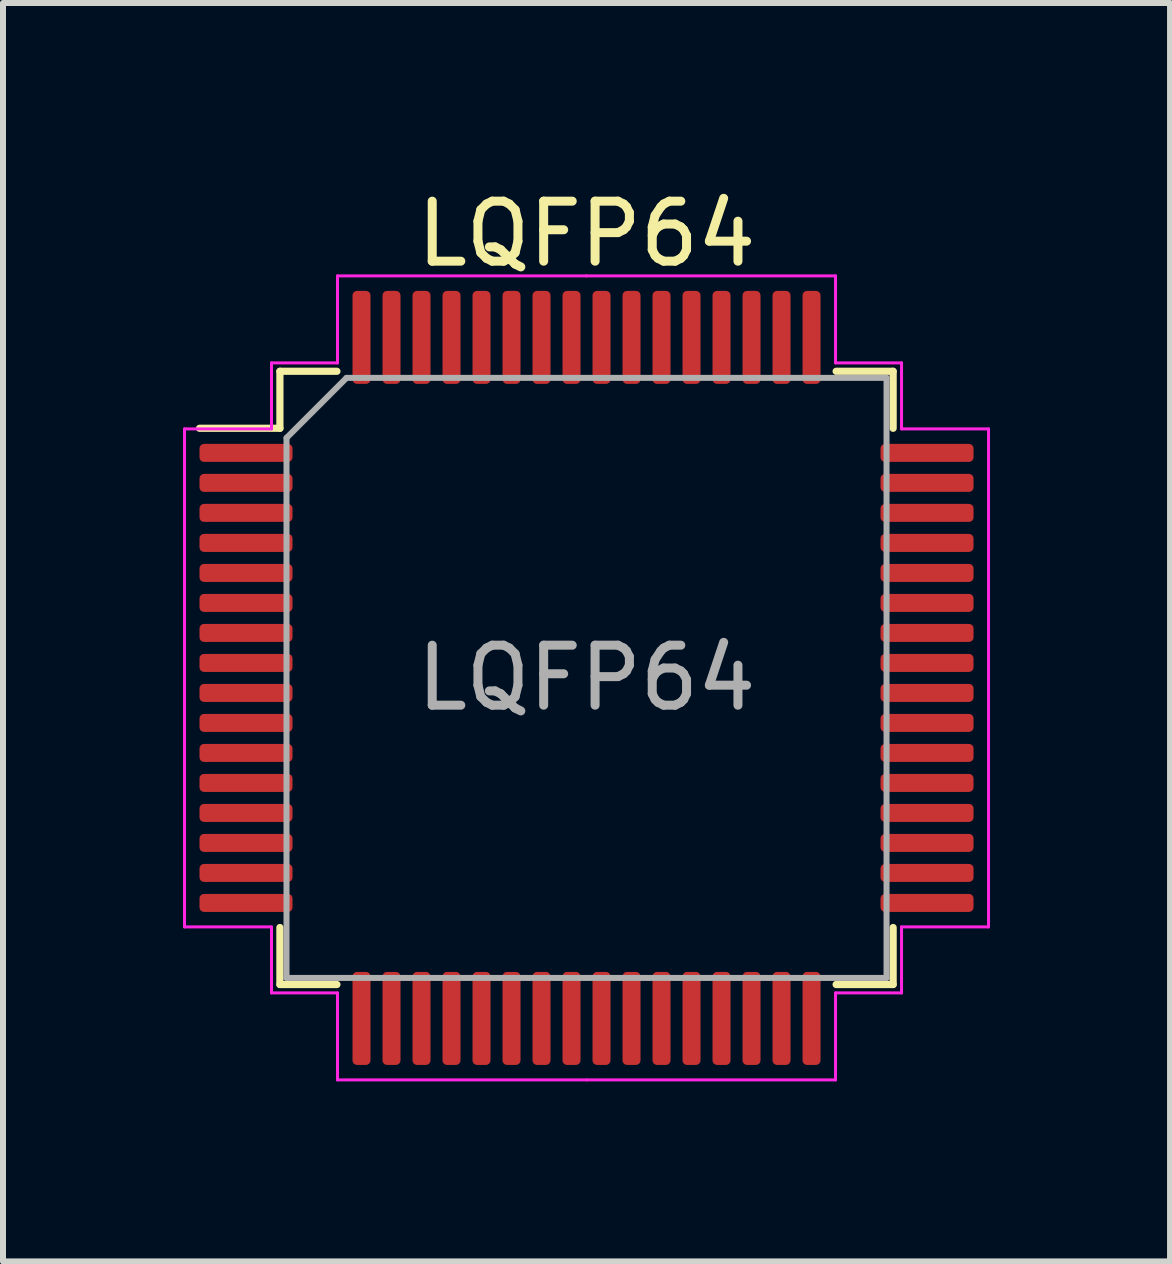
<source format=kicad_pcb>
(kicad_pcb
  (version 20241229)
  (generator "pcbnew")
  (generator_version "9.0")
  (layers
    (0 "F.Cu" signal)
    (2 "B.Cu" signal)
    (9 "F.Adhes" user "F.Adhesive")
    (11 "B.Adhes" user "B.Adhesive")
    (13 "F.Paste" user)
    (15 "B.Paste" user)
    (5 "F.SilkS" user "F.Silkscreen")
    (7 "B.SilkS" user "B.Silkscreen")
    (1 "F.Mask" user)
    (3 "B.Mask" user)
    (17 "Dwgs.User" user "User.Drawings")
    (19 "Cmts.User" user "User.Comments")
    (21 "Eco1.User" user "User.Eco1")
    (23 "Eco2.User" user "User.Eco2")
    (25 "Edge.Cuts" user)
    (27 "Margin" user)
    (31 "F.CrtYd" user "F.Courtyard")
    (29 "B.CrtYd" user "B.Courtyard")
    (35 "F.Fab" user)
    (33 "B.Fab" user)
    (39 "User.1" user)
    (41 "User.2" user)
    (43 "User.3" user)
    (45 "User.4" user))
  (footprint "LQFP64"
    (layer "F.Cu")
    (at 6.725 8.248)
    (property "Reference" "LQFP64" (at 0 -7.4 0) (layer "F.SilkS") (effects (font (size 1 1) (thickness 0.15))))
    (attr smd)
    (fp_line (start -5.11 -5.11) (end -5.11 -4.16) (stroke (width 0.12) (type solid)) (layer "F.SilkS"))
    (fp_line (start -5.11 -4.16) (end -6.45 -4.16) (stroke (width 0.12) (type solid)) (layer "F.SilkS"))
    (fp_line (start -5.11 5.11) (end -5.11 4.16) (stroke (width 0.12) (type solid)) (layer "F.SilkS"))
    (fp_line (start -4.16 -5.11) (end -5.11 -5.11) (stroke (width 0.12) (type solid)) (layer "F.SilkS"))
    (fp_line (start -4.16 5.11) (end -5.11 5.11) (stroke (width 0.12) (type solid)) (layer "F.SilkS"))
    (fp_line (start 4.16 -5.11) (end 5.11 -5.11) (stroke (width 0.12) (type solid)) (layer "F.SilkS"))
    (fp_line (start 4.16 5.11) (end 5.11 5.11) (stroke (width 0.12) (type solid)) (layer "F.SilkS"))
    (fp_line (start 5.11 -5.11) (end 5.11 -4.16) (stroke (width 0.12) (type solid)) (layer "F.SilkS"))
    (fp_line (start 5.11 5.11) (end 5.11 4.16) (stroke (width 0.12) (type solid)) (layer "F.SilkS"))
    (fp_line (start -6.7 -4.15) (end -6.7 0) (stroke (width 0.05) (type solid)) (layer "F.CrtYd"))
    (fp_line (start -6.7 4.15) (end -6.7 0) (stroke (width 0.05) (type solid)) (layer "F.CrtYd"))
    (fp_line (start -5.25 -5.25) (end -5.25 -4.15) (stroke (width 0.05) (type solid)) (layer "F.CrtYd"))
    (fp_line (start -5.25 -4.15) (end -6.7 -4.15) (stroke (width 0.05) (type solid)) (layer "F.CrtYd"))
    (fp_line (start -5.25 4.15) (end -6.7 4.15) (stroke (width 0.05) (type solid)) (layer "F.CrtYd"))
    (fp_line (start -5.25 5.25) (end -5.25 4.15) (stroke (width 0.05) (type solid)) (layer "F.CrtYd"))
    (fp_line (start -4.15 -6.7) (end -4.15 -5.25) (stroke (width 0.05) (type solid)) (layer "F.CrtYd"))
    (fp_line (start -4.15 -5.25) (end -5.25 -5.25) (stroke (width 0.05) (type solid)) (layer "F.CrtYd"))
    (fp_line (start -4.15 5.25) (end -5.25 5.25) (stroke (width 0.05) (type solid)) (layer "F.CrtYd"))
    (fp_line (start -4.15 6.7) (end -4.15 5.25) (stroke (width 0.05) (type solid)) (layer "F.CrtYd"))
    (fp_line (start 0 -6.7) (end -4.15 -6.7) (stroke (width 0.05) (type solid)) (layer "F.CrtYd"))
    (fp_line (start 0 -6.7) (end 4.15 -6.7) (stroke (width 0.05) (type solid)) (layer "F.CrtYd"))
    (fp_line (start 0 6.7) (end -4.15 6.7) (stroke (width 0.05) (type solid)) (layer "F.CrtYd"))
    (fp_line (start 0 6.7) (end 4.15 6.7) (stroke (width 0.05) (type solid)) (layer "F.CrtYd"))
    (fp_line (start 4.15 -6.7) (end 4.15 -5.25) (stroke (width 0.05) (type solid)) (layer "F.CrtYd"))
    (fp_line (start 4.15 -5.25) (end 5.25 -5.25) (stroke (width 0.05) (type solid)) (layer "F.CrtYd"))
    (fp_line (start 4.15 5.25) (end 5.25 5.25) (stroke (width 0.05) (type solid)) (layer "F.CrtYd"))
    (fp_line (start 4.15 6.7) (end 4.15 5.25) (stroke (width 0.05) (type solid)) (layer "F.CrtYd"))
    (fp_line (start 5.25 -5.25) (end 5.25 -4.15) (stroke (width 0.05) (type solid)) (layer "F.CrtYd"))
    (fp_line (start 5.25 -4.15) (end 6.7 -4.15) (stroke (width 0.05) (type solid)) (layer "F.CrtYd"))
    (fp_line (start 5.25 4.15) (end 6.7 4.15) (stroke (width 0.05) (type solid)) (layer "F.CrtYd"))
    (fp_line (start 5.25 5.25) (end 5.25 4.15) (stroke (width 0.05) (type solid)) (layer "F.CrtYd"))
    (fp_line (start 6.7 -4.15) (end 6.7 0) (stroke (width 0.05) (type solid)) (layer "F.CrtYd"))
    (fp_line (start 6.7 4.15) (end 6.7 0) (stroke (width 0.05) (type solid)) (layer "F.CrtYd"))
    (fp_line (start -5 -4) (end -4 -5) (stroke (width 0.1) (type solid)) (layer "F.Fab"))
    (fp_line (start -5 5) (end -5 -4) (stroke (width 0.1) (type solid)) (layer "F.Fab"))
    (fp_line (start -4 -5) (end 5 -5) (stroke (width 0.1) (type solid)) (layer "F.Fab"))
    (fp_line (start 5 -5) (end 5 5) (stroke (width 0.1) (type solid)) (layer "F.Fab"))
    (fp_line (start 5 5) (end -5 5) (stroke (width 0.1) (type solid)) (layer "F.Fab"))
    (fp_text user "${REFERENCE}" (at 0 0 0) (layer "F.Fab") (effects (font (size 1 1) (thickness 0.15))))
    (pad "1" smd roundrect (at -5.675 -3.75) (size 1.55 0.3) (layers "F.Cu" "F.Mask" "F.Paste") (roundrect_rratio 0.25))
    (pad "2" smd roundrect (at -5.675 -3.25) (size 1.55 0.3) (layers "F.Cu" "F.Mask" "F.Paste") (roundrect_rratio 0.25))
    (pad "3" smd roundrect (at -5.675 -2.75) (size 1.55 0.3) (layers "F.Cu" "F.Mask" "F.Paste") (roundrect_rratio 0.25))
    (pad "4" smd roundrect (at -5.675 -2.25) (size 1.55 0.3) (layers "F.Cu" "F.Mask" "F.Paste") (roundrect_rratio 0.25))
    (pad "5" smd roundrect (at -5.675 -1.75) (size 1.55 0.3) (layers "F.Cu" "F.Mask" "F.Paste") (roundrect_rratio 0.25))
    (pad "6" smd roundrect (at -5.675 -1.25) (size 1.55 0.3) (layers "F.Cu" "F.Mask" "F.Paste") (roundrect_rratio 0.25))
    (pad "7" smd roundrect (at -5.675 -0.75) (size 1.55 0.3) (layers "F.Cu" "F.Mask" "F.Paste") (roundrect_rratio 0.25))
    (pad "8" smd roundrect (at -5.675 -0.25) (size 1.55 0.3) (layers "F.Cu" "F.Mask" "F.Paste") (roundrect_rratio 0.25))
    (pad "9" smd roundrect (at -5.675 0.25) (size 1.55 0.3) (layers "F.Cu" "F.Mask" "F.Paste") (roundrect_rratio 0.25))
    (pad "10" smd roundrect (at -5.675 0.75) (size 1.55 0.3) (layers "F.Cu" "F.Mask" "F.Paste") (roundrect_rratio 0.25))
    (pad "11" smd roundrect (at -5.675 1.25) (size 1.55 0.3) (layers "F.Cu" "F.Mask" "F.Paste") (roundrect_rratio 0.25))
    (pad "12" smd roundrect (at -5.675 1.75) (size 1.55 0.3) (layers "F.Cu" "F.Mask" "F.Paste") (roundrect_rratio 0.25))
    (pad "13" smd roundrect (at -5.675 2.25) (size 1.55 0.3) (layers "F.Cu" "F.Mask" "F.Paste") (roundrect_rratio 0.25))
    (pad "14" smd roundrect (at -5.675 2.75) (size 1.55 0.3) (layers "F.Cu" "F.Mask" "F.Paste") (roundrect_rratio 0.25))
    (pad "15" smd roundrect (at -5.675 3.25) (size 1.55 0.3) (layers "F.Cu" "F.Mask" "F.Paste") (roundrect_rratio 0.25))
    (pad "16" smd roundrect (at -5.675 3.75) (size 1.55 0.3) (layers "F.Cu" "F.Mask" "F.Paste") (roundrect_rratio 0.25))
    (pad "17" smd roundrect (at -3.75 5.675) (size 0.3 1.55) (layers "F.Cu" "F.Mask" "F.Paste") (roundrect_rratio 0.25))
    (pad "18" smd roundrect (at -3.25 5.675) (size 0.3 1.55) (layers "F.Cu" "F.Mask" "F.Paste") (roundrect_rratio 0.25))
    (pad "19" smd roundrect (at -2.75 5.675) (size 0.3 1.55) (layers "F.Cu" "F.Mask" "F.Paste") (roundrect_rratio 0.25))
    (pad "20" smd roundrect (at -2.25 5.675) (size 0.3 1.55) (layers "F.Cu" "F.Mask" "F.Paste") (roundrect_rratio 0.25))
    (pad "21" smd roundrect (at -1.75 5.675) (size 0.3 1.55) (layers "F.Cu" "F.Mask" "F.Paste") (roundrect_rratio 0.25))
    (pad "22" smd roundrect (at -1.25 5.675) (size 0.3 1.55) (layers "F.Cu" "F.Mask" "F.Paste") (roundrect_rratio 0.25))
    (pad "23" smd roundrect (at -0.75 5.675) (size 0.3 1.55) (layers "F.Cu" "F.Mask" "F.Paste") (roundrect_rratio 0.25))
    (pad "24" smd roundrect (at -0.25 5.675) (size 0.3 1.55) (layers "F.Cu" "F.Mask" "F.Paste") (roundrect_rratio 0.25))
    (pad "25" smd roundrect (at 0.25 5.675) (size 0.3 1.55) (layers "F.Cu" "F.Mask" "F.Paste") (roundrect_rratio 0.25))
    (pad "26" smd roundrect (at 0.75 5.675) (size 0.3 1.55) (layers "F.Cu" "F.Mask" "F.Paste") (roundrect_rratio 0.25))
    (pad "27" smd roundrect (at 1.25 5.675) (size 0.3 1.55) (layers "F.Cu" "F.Mask" "F.Paste") (roundrect_rratio 0.25))
    (pad "28" smd roundrect (at 1.75 5.675) (size 0.3 1.55) (layers "F.Cu" "F.Mask" "F.Paste") (roundrect_rratio 0.25))
    (pad "29" smd roundrect (at 2.25 5.675) (size 0.3 1.55) (layers "F.Cu" "F.Mask" "F.Paste") (roundrect_rratio 0.25))
    (pad "30" smd roundrect (at 2.75 5.675) (size 0.3 1.55) (layers "F.Cu" "F.Mask" "F.Paste") (roundrect_rratio 0.25))
    (pad "31" smd roundrect (at 3.25 5.675) (size 0.3 1.55) (layers "F.Cu" "F.Mask" "F.Paste") (roundrect_rratio 0.25))
    (pad "32" smd roundrect (at 3.75 5.675) (size 0.3 1.55) (layers "F.Cu" "F.Mask" "F.Paste") (roundrect_rratio 0.25))
    (pad "33" smd roundrect (at 5.675 3.75) (size 1.55 0.3) (layers "F.Cu" "F.Mask" "F.Paste") (roundrect_rratio 0.25))
    (pad "34" smd roundrect (at 5.675 3.25) (size 1.55 0.3) (layers "F.Cu" "F.Mask" "F.Paste") (roundrect_rratio 0.25))
    (pad "35" smd roundrect (at 5.675 2.75) (size 1.55 0.3) (layers "F.Cu" "F.Mask" "F.Paste") (roundrect_rratio 0.25))
    (pad "36" smd roundrect (at 5.675 2.25) (size 1.55 0.3) (layers "F.Cu" "F.Mask" "F.Paste") (roundrect_rratio 0.25))
    (pad "37" smd roundrect (at 5.675 1.75) (size 1.55 0.3) (layers "F.Cu" "F.Mask" "F.Paste") (roundrect_rratio 0.25))
    (pad "38" smd roundrect (at 5.675 1.25) (size 1.55 0.3) (layers "F.Cu" "F.Mask" "F.Paste") (roundrect_rratio 0.25))
    (pad "39" smd roundrect (at 5.675 0.75) (size 1.55 0.3) (layers "F.Cu" "F.Mask" "F.Paste") (roundrect_rratio 0.25))
    (pad "40" smd roundrect (at 5.675 0.25) (size 1.55 0.3) (layers "F.Cu" "F.Mask" "F.Paste") (roundrect_rratio 0.25))
    (pad "41" smd roundrect (at 5.675 -0.25) (size 1.55 0.3) (layers "F.Cu" "F.Mask" "F.Paste") (roundrect_rratio 0.25))
    (pad "42" smd roundrect (at 5.675 -0.75) (size 1.55 0.3) (layers "F.Cu" "F.Mask" "F.Paste") (roundrect_rratio 0.25))
    (pad "43" smd roundrect (at 5.675 -1.25) (size 1.55 0.3) (layers "F.Cu" "F.Mask" "F.Paste") (roundrect_rratio 0.25))
    (pad "44" smd roundrect (at 5.675 -1.75) (size 1.55 0.3) (layers "F.Cu" "F.Mask" "F.Paste") (roundrect_rratio 0.25))
    (pad "45" smd roundrect (at 5.675 -2.25) (size 1.55 0.3) (layers "F.Cu" "F.Mask" "F.Paste") (roundrect_rratio 0.25))
    (pad "46" smd roundrect (at 5.675 -2.75) (size 1.55 0.3) (layers "F.Cu" "F.Mask" "F.Paste") (roundrect_rratio 0.25))
    (pad "47" smd roundrect (at 5.675 -3.25) (size 1.55 0.3) (layers "F.Cu" "F.Mask" "F.Paste") (roundrect_rratio 0.25))
    (pad "48" smd roundrect (at 5.675 -3.75) (size 1.55 0.3) (layers "F.Cu" "F.Mask" "F.Paste") (roundrect_rratio 0.25))
    (pad "49" smd roundrect (at 3.75 -5.675) (size 0.3 1.55) (layers "F.Cu" "F.Mask" "F.Paste") (roundrect_rratio 0.25))
    (pad "50" smd roundrect (at 3.25 -5.675) (size 0.3 1.55) (layers "F.Cu" "F.Mask" "F.Paste") (roundrect_rratio 0.25))
    (pad "51" smd roundrect (at 2.75 -5.675) (size 0.3 1.55) (layers "F.Cu" "F.Mask" "F.Paste") (roundrect_rratio 0.25))
    (pad "52" smd roundrect (at 2.25 -5.675) (size 0.3 1.55) (layers "F.Cu" "F.Mask" "F.Paste") (roundrect_rratio 0.25))
    (pad "53" smd roundrect (at 1.75 -5.675) (size 0.3 1.55) (layers "F.Cu" "F.Mask" "F.Paste") (roundrect_rratio 0.25))
    (pad "54" smd roundrect (at 1.25 -5.675) (size 0.3 1.55) (layers "F.Cu" "F.Mask" "F.Paste") (roundrect_rratio 0.25))
    (pad "55" smd roundrect (at 0.75 -5.675) (size 0.3 1.55) (layers "F.Cu" "F.Mask" "F.Paste") (roundrect_rratio 0.25))
    (pad "56" smd roundrect (at 0.25 -5.675) (size 0.3 1.55) (layers "F.Cu" "F.Mask" "F.Paste") (roundrect_rratio 0.25))
    (pad "57" smd roundrect (at -0.25 -5.675) (size 0.3 1.55) (layers "F.Cu" "F.Mask" "F.Paste") (roundrect_rratio 0.25))
    (pad "58" smd roundrect (at -0.75 -5.675) (size 0.3 1.55) (layers "F.Cu" "F.Mask" "F.Paste") (roundrect_rratio 0.25))
    (pad "59" smd roundrect (at -1.25 -5.675) (size 0.3 1.55) (layers "F.Cu" "F.Mask" "F.Paste") (roundrect_rratio 0.25))
    (pad "60" smd roundrect (at -1.75 -5.675) (size 0.3 1.55) (layers "F.Cu" "F.Mask" "F.Paste") (roundrect_rratio 0.25))
    (pad "61" smd roundrect (at -2.25 -5.675) (size 0.3 1.55) (layers "F.Cu" "F.Mask" "F.Paste") (roundrect_rratio 0.25))
    (pad "62" smd roundrect (at -2.75 -5.675) (size 0.3 1.55) (layers "F.Cu" "F.Mask" "F.Paste") (roundrect_rratio 0.25))
    (pad "63" smd roundrect (at -3.25 -5.675) (size 0.3 1.55) (layers "F.Cu" "F.Mask" "F.Paste") (roundrect_rratio 0.25))
    (pad "64" smd roundrect (at -3.75 -5.675) (size 0.3 1.55) (layers "F.Cu" "F.Mask" "F.Paste") (roundrect_rratio 0.25)))
  (gr_rect
    (start -3 -3)
    (end 16.45 17.973)
    (stroke (width 0.1) (type default))
    (fill no)
    (layer "Edge.Cuts")))
</source>
